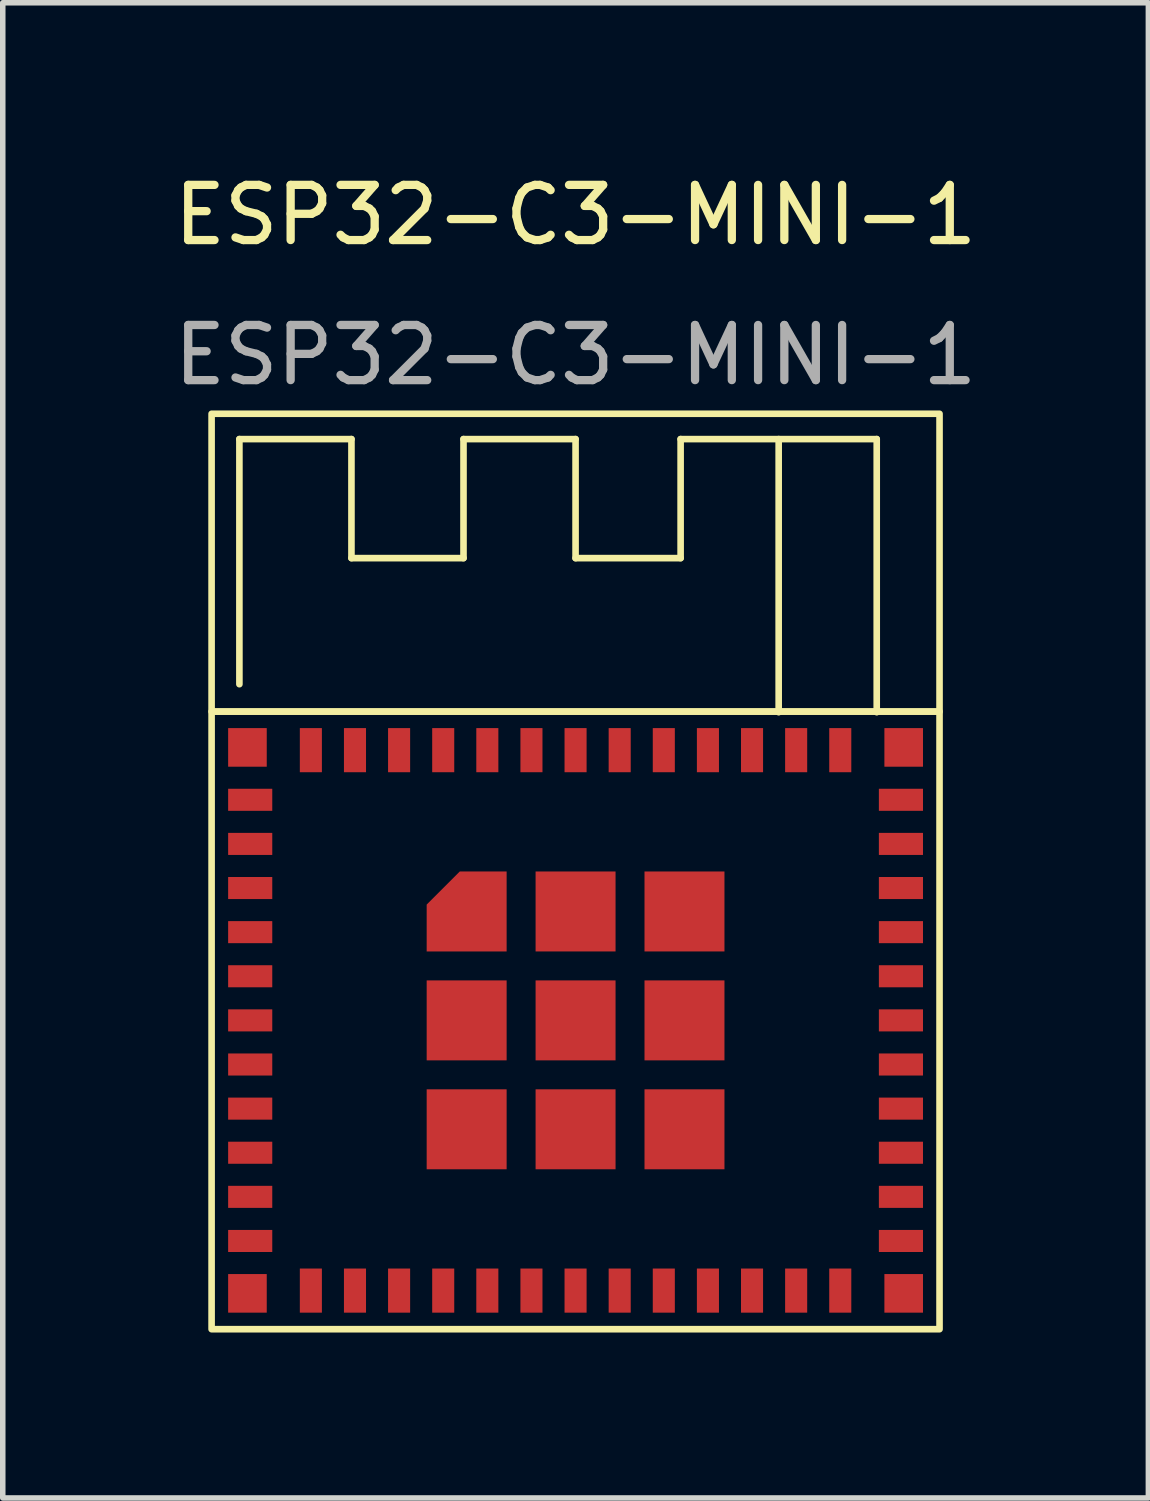
<source format=kicad_pcb>
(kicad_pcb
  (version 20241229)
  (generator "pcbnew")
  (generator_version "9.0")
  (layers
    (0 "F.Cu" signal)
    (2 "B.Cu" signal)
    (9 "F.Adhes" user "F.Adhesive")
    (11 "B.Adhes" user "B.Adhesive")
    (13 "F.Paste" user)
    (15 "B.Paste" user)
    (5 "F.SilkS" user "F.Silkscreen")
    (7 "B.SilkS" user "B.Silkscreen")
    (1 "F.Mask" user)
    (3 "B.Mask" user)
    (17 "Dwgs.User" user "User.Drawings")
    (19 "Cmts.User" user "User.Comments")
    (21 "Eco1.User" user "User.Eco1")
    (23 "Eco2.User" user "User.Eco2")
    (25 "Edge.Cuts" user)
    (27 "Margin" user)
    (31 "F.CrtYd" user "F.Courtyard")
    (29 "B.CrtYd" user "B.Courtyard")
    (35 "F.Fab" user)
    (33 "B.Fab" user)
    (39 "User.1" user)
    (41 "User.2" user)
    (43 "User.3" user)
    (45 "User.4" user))
  (footprint "ESP32-C3-MINI-1"
    (layer "F.Cu")
    (at 7.387 15.453)
    (property "Reference" "ESP32-C3-MINI-1" (at 0 -14.605 0) (unlocked yes) (layer "F.SilkS") (effects (font (size 1 1) (thickness 0.15))))
    (attr smd)
    (fp_line (start -6.096 -10.541) (end -6.096 -6.096) (stroke (width 0.12) (type solid)) (layer "F.SilkS"))
    (fp_line (start -4.064 -10.541) (end -6.096 -10.541) (stroke (width 0.12) (type solid)) (layer "F.SilkS"))
    (fp_line (start -4.064 -8.382) (end -4.064 -10.541) (stroke (width 0.12) (type solid)) (layer "F.SilkS"))
    (fp_line (start -2.032 -10.541) (end -2.032 -8.382) (stroke (width 0.12) (type solid)) (layer "F.SilkS"))
    (fp_line (start -2.032 -8.382) (end -4.064 -8.382) (stroke (width 0.12) (type solid)) (layer "F.SilkS"))
    (fp_line (start 0 -10.541) (end -2.032 -10.541) (stroke (width 0.12) (type solid)) (layer "F.SilkS"))
    (fp_line (start 0 -8.382) (end 0 -10.541) (stroke (width 0.12) (type solid)) (layer "F.SilkS"))
    (fp_line (start 1.905 -10.541) (end 1.905 -8.382) (stroke (width 0.12) (type solid)) (layer "F.SilkS"))
    (fp_line (start 1.905 -8.382) (end 0 -8.382) (stroke (width 0.12) (type solid)) (layer "F.SilkS"))
    (fp_line (start 3.683 -5.588) (end 3.683 -10.541) (stroke (width 0.12) (type solid)) (layer "F.SilkS"))
    (fp_line (start 5.461 -10.541) (end 1.905 -10.541) (stroke (width 0.12) (type solid)) (layer "F.SilkS"))
    (fp_line (start 5.461 -5.588) (end 5.461 -10.541) (stroke (width 0.12) (type solid)) (layer "F.SilkS"))
    (fp_rect (start -6.6 -5.6) (end 6.6 -11) (stroke (width 0.12) (type solid)) (fill no) (layer "F.SilkS"))
    (fp_rect (start -6.6 -5.6) (end 6.6 5.6) (stroke (width 0.12) (type solid)) (fill no) (layer "F.SilkS"))
    (fp_text user "${REFERENCE}" (at 0 -12.065 0) (unlocked yes) (layer "F.Fab") (effects (font (size 1 1) (thickness 0.15))))
    (pad "1" smd rect (at -5.9 -4) (size 0.8 0.4) (layers "F.Cu" "F.Mask" "F.Paste"))
    (pad "2" smd rect (at -5.9 -3.2) (size 0.8 0.4) (layers "F.Cu" "F.Mask" "F.Paste"))
    (pad "3" smd rect (at -5.9 -2.4) (size 0.8 0.4) (layers "F.Cu" "F.Mask" "F.Paste"))
    (pad "4" smd rect (at -5.9 -1.6) (size 0.8 0.4) (layers "F.Cu" "F.Mask" "F.Paste"))
    (pad "5" smd rect (at -5.9 -0.8) (size 0.8 0.4) (layers "F.Cu" "F.Mask" "F.Paste"))
    (pad "6" smd rect (at -5.9 0) (size 0.8 0.4) (layers "F.Cu" "F.Mask" "F.Paste"))
    (pad "7" smd rect (at -5.9 0.8) (size 0.8 0.4) (layers "F.Cu" "F.Mask" "F.Paste"))
    (pad "8" smd rect (at -5.9 1.6) (size 0.8 0.4) (layers "F.Cu" "F.Mask" "F.Paste"))
    (pad "9" smd rect (at -5.9 2.4) (size 0.8 0.4) (layers "F.Cu" "F.Mask" "F.Paste"))
    (pad "10" smd rect (at -5.9 3.2) (size 0.8 0.4) (layers "F.Cu" "F.Mask" "F.Paste"))
    (pad "11" smd rect (at -5.9 4) (size 0.8 0.4) (layers "F.Cu" "F.Mask" "F.Paste"))
    (pad "12" smd rect (at -4.8 4.9 90) (size 0.8 0.4) (layers "F.Cu" "F.Mask" "F.Paste"))
    (pad "13" smd rect (at -4 4.9 90) (size 0.8 0.4) (layers "F.Cu" "F.Mask" "F.Paste"))
    (pad "14" smd rect (at -3.2 4.9 90) (size 0.8 0.4) (layers "F.Cu" "F.Mask" "F.Paste"))
    (pad "15" smd rect (at -2.4 4.9 90) (size 0.8 0.4) (layers "F.Cu" "F.Mask" "F.Paste"))
    (pad "16" smd rect (at -1.6 4.9 90) (size 0.8 0.4) (layers "F.Cu" "F.Mask" "F.Paste"))
    (pad "17" smd rect (at -0.8 4.9 90) (size 0.8 0.4) (layers "F.Cu" "F.Mask" "F.Paste"))
    (pad "18" smd rect (at 0 4.9 90) (size 0.8 0.4) (layers "F.Cu" "F.Mask" "F.Paste"))
    (pad "19" smd rect (at 0.8 4.9 90) (size 0.8 0.4) (layers "F.Cu" "F.Mask" "F.Paste"))
    (pad "20" smd rect (at 1.6 4.9 90) (size 0.8 0.4) (layers "F.Cu" "F.Mask" "F.Paste"))
    (pad "21" smd rect (at 2.4 4.9 90) (size 0.8 0.4) (layers "F.Cu" "F.Mask" "F.Paste"))
    (pad "22" smd rect (at 3.2 4.9 90) (size 0.8 0.4) (layers "F.Cu" "F.Mask" "F.Paste"))
    (pad "23" smd rect (at 4 4.9 90) (size 0.8 0.4) (layers "F.Cu" "F.Mask" "F.Paste"))
    (pad "24" smd rect (at 4.8 4.9 90) (size 0.8 0.4) (layers "F.Cu" "F.Mask" "F.Paste"))
    (pad "25" smd rect (at 5.9 4) (size 0.8 0.4) (layers "F.Cu" "F.Mask" "F.Paste"))
    (pad "26" smd rect (at 5.9 3.2) (size 0.8 0.4) (layers "F.Cu" "F.Mask" "F.Paste"))
    (pad "27" smd rect (at 5.9 2.4) (size 0.8 0.4) (layers "F.Cu" "F.Mask" "F.Paste"))
    (pad "28" smd rect (at 5.9 1.6) (size 0.8 0.4) (layers "F.Cu" "F.Mask" "F.Paste"))
    (pad "29" smd rect (at 5.9 0.8) (size 0.8 0.4) (layers "F.Cu" "F.Mask" "F.Paste"))
    (pad "30" smd rect (at 5.9 0) (size 0.8 0.4) (layers "F.Cu" "F.Mask" "F.Paste"))
    (pad "31" smd rect (at 5.9 -0.8) (size 0.8 0.4) (layers "F.Cu" "F.Mask" "F.Paste"))
    (pad "32" smd rect (at 5.9 -1.6) (size 0.8 0.4) (layers "F.Cu" "F.Mask" "F.Paste"))
    (pad "33" smd rect (at 5.9 -2.4) (size 0.8 0.4) (layers "F.Cu" "F.Mask" "F.Paste"))
    (pad "34" smd rect (at 5.9 -3.2) (size 0.8 0.4) (layers "F.Cu" "F.Mask" "F.Paste"))
    (pad "35" smd rect (at 5.9 -4) (size 0.8 0.4) (layers "F.Cu" "F.Mask" "F.Paste"))
    (pad "36" smd rect (at 4.8 -4.9 90) (size 0.8 0.4) (layers "F.Cu" "F.Mask" "F.Paste"))
    (pad "37" smd rect (at 4 -4.9 90) (size 0.8 0.4) (layers "F.Cu" "F.Mask" "F.Paste"))
    (pad "38" smd rect (at 3.2 -4.9 90) (size 0.8 0.4) (layers "F.Cu" "F.Mask" "F.Paste"))
    (pad "39" smd rect (at 2.4 -4.9 90) (size 0.8 0.4) (layers "F.Cu" "F.Mask" "F.Paste"))
    (pad "40" smd rect (at 1.6 -4.9 90) (size 0.8 0.4) (layers "F.Cu" "F.Mask" "F.Paste"))
    (pad "41" smd rect (at 0.8 -4.9 90) (size 0.8 0.4) (layers "F.Cu" "F.Mask" "F.Paste"))
    (pad "42" smd rect (at 0 -4.9 90) (size 0.8 0.4) (layers "F.Cu" "F.Mask" "F.Paste"))
    (pad "43" smd rect (at -0.8 -4.9 90) (size 0.8 0.4) (layers "F.Cu" "F.Mask" "F.Paste"))
    (pad "44" smd rect (at -1.6 -4.9 90) (size 0.8 0.4) (layers "F.Cu" "F.Mask" "F.Paste"))
    (pad "45" smd rect (at -2.4 -4.9 90) (size 0.8 0.4) (layers "F.Cu" "F.Mask" "F.Paste"))
    (pad "46" smd rect (at -3.2 -4.9 90) (size 0.8 0.4) (layers "F.Cu" "F.Mask" "F.Paste"))
    (pad "47" smd rect (at -4 -4.9 90) (size 0.8 0.4) (layers "F.Cu" "F.Mask" "F.Paste"))
    (pad "48" smd rect (at -4.8 -4.9 90) (size 0.8 0.4) (layers "F.Cu" "F.Mask" "F.Paste"))
    (pad "49" smd roundrect (at -1.975 -1.975) (size 1.45 1.45) (layers "F.Cu" "F.Mask" "F.Paste") (roundrect_rratio 0) (chamfer_ratio 0.414) (chamfer top_left))
    (pad "49" smd rect (at -1.975 0) (size 1.45 1.45) (layers "F.Cu" "F.Mask" "F.Paste"))
    (pad "49" smd rect (at -1.975 1.975) (size 1.45 1.45) (layers "F.Cu" "F.Mask" "F.Paste"))
    (pad "49" smd rect (at 0 -1.975) (size 1.45 1.45) (layers "F.Cu" "F.Mask" "F.Paste"))
    (pad "49" smd rect (at 0 0) (size 1.45 1.45) (layers "F.Cu" "F.Mask" "F.Paste"))
    (pad "49" smd rect (at 0 1.975) (size 1.45 1.45) (layers "F.Cu" "F.Mask" "F.Paste"))
    (pad "49" smd rect (at 1.975 -1.975) (size 1.45 1.45) (layers "F.Cu" "F.Mask" "F.Paste"))
    (pad "49" smd rect (at 1.975 0) (size 1.45 1.45) (layers "F.Cu" "F.Mask" "F.Paste"))
    (pad "49" smd rect (at 1.975 1.975) (size 1.45 1.45) (layers "F.Cu" "F.Mask" "F.Paste"))
    (pad "50" smd rect (at 5.95 -4.95) (size 0.7 0.7) (layers "F.Cu" "F.Mask" "F.Paste"))
    (pad "51" smd rect (at 5.95 4.95) (size 0.7 0.7) (layers "F.Cu" "F.Mask" "F.Paste"))
    (pad "52" smd rect (at -5.95 4.95) (size 0.7 0.7) (layers "F.Cu" "F.Mask" "F.Paste"))
    (pad "53" smd rect (at -5.95 -4.95) (size 0.7 0.7) (layers "F.Cu" "F.Mask" "F.Paste")))
  (gr_rect
    (start -3 -3)
    (end 17.774 24.113)
    (stroke (width 0.1) (type default))
    (fill no)
    (layer "Edge.Cuts")))
</source>
